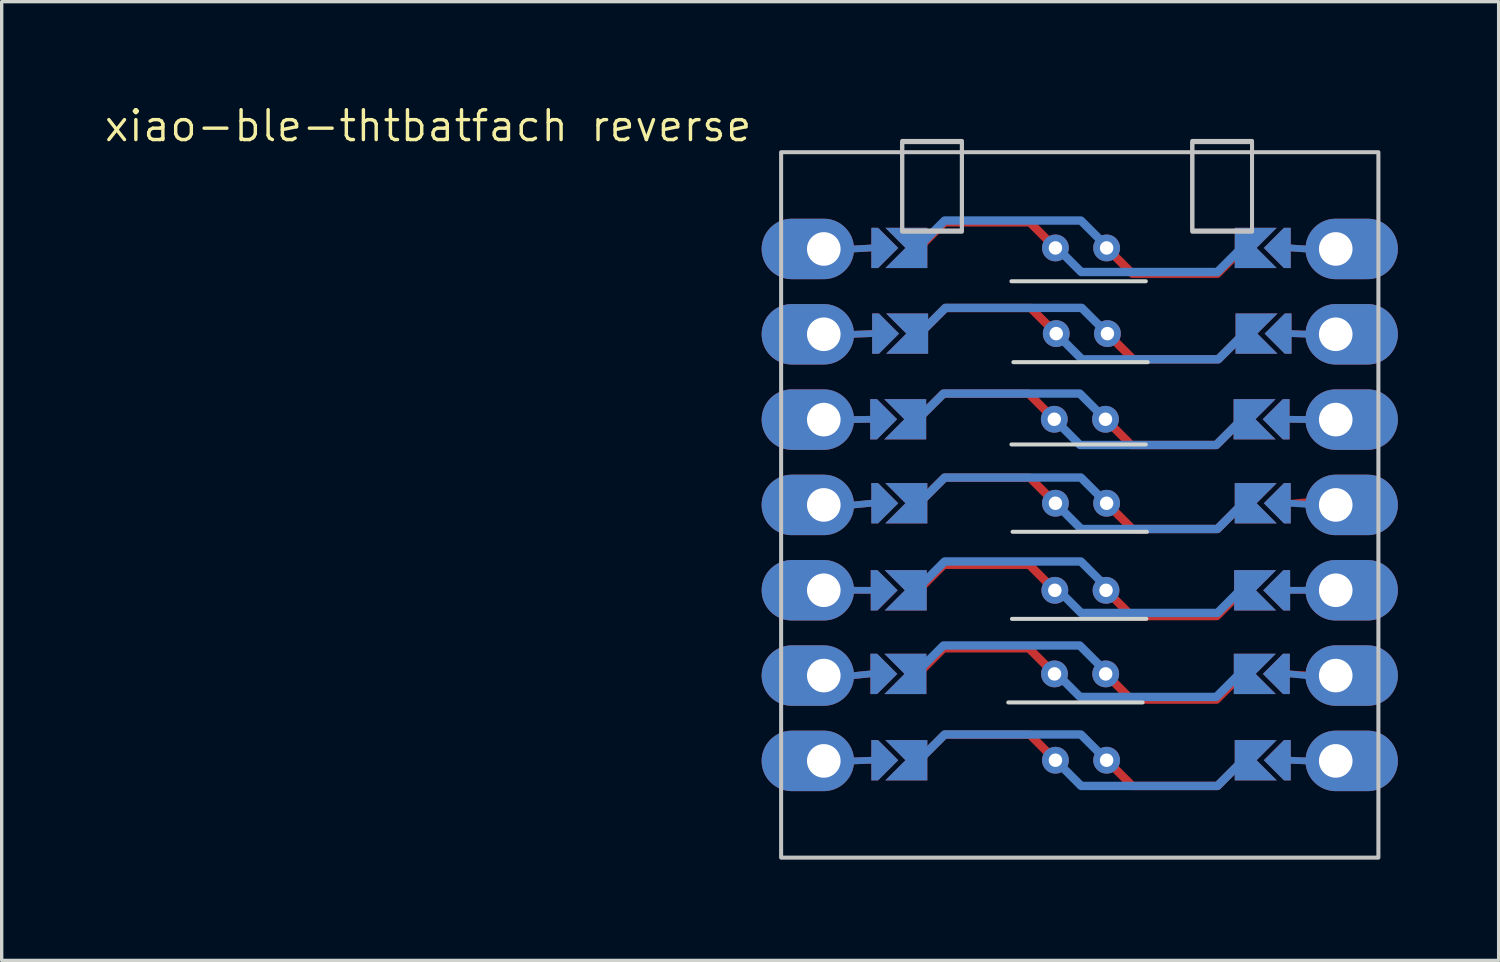
<source format=kicad_pcb>
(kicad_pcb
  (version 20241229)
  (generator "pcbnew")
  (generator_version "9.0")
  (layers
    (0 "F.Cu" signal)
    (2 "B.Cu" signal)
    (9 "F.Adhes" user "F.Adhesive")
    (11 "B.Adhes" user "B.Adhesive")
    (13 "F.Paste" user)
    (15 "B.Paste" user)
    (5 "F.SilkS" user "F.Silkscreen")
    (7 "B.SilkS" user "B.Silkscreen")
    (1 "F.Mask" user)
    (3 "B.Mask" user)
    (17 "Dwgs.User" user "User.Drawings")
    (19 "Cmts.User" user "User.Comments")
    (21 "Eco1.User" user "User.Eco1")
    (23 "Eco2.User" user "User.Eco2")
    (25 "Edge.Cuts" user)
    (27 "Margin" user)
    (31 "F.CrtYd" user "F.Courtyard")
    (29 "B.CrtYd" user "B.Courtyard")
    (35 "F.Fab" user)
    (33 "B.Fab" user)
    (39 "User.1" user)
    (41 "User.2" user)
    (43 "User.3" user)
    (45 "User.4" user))
  (footprint "xiao-ble-thtbatfach reverse"
    (layer "F.Cu")
    (at 29.093 11.981)
    (property "Reference" "xiao-ble-thtbatfach reverse" (at -19.399 -11.283 0) (layer "F.SilkS") (effects (font (size 0.889 0.889) (thickness 0.102))))
    (attr smd exclude_from_pos_files)
    (fp_line (start -6.238 -2.55) (end -6.8 -2.54) (stroke (width 0.2) (type solid)) (layer "F.Cu"))
    (fp_line (start -6.232 5.03) (end -6.72 5.08) (stroke (width 0.2) (type solid)) (layer "F.Cu"))
    (fp_line (start -6.222 2.542) (end -6.72 2.54) (stroke (width 0.2) (type solid)) (layer "F.Cu"))
    (fp_line (start -6.204 -7.65) (end -6.72 -7.62) (stroke (width 0.2) (type solid)) (layer "F.Cu"))
    (fp_line (start -6.204 -0.05) (end -6.72 0) (stroke (width 0.2) (type solid)) (layer "F.Cu"))
    (fp_line (start -6.204 7.6) (end -6.72 7.62) (stroke (width 0.2) (type solid)) (layer "F.Cu"))
    (fp_line (start -6.18 -5.1) (end -6.72 -5.08) (stroke (width 0.2) (type solid)) (layer "F.Cu"))
    (fp_line (start 6.246 -2.55) (end 6.72 -2.54) (stroke (width 0.2) (type solid)) (layer "F.Cu"))
    (fp_line (start 6.252 5.03) (end 7.1 5.08) (stroke (width 0.2) (type solid)) (layer "F.Cu"))
    (fp_line (start 6.262 2.542) (end 6.9 2.54) (stroke (width 0.2) (type solid)) (layer "F.Cu"))
    (fp_line (start 6.28 -7.65) (end 6.72 -7.62) (stroke (width 0.2) (type solid)) (layer "F.Cu"))
    (fp_line (start 6.28 -0.05) (end 6.8 -0.1) (stroke (width 0.2) (type solid)) (layer "F.Cu"))
    (fp_line (start 6.28 7.6) (end 6.72 7.62) (stroke (width 0.2) (type solid)) (layer "F.Cu"))
    (fp_line (start 6.304 -5.1) (end 6.9 -5.08) (stroke (width 0.2) (type solid)) (layer "F.Cu"))
    (fp_circle (center -0.758 -2.55) (end -0.758 -2.425) (stroke (width 0.25) (type solid)) (fill no) (layer "F.Mask"))
    (fp_circle (center -0.752 5.03) (end -0.752 5.155) (stroke (width 0.25) (type solid)) (fill no) (layer "F.Mask"))
    (fp_circle (center -0.742 2.542) (end -0.742 2.667) (stroke (width 0.25) (type solid)) (fill no) (layer "F.Mask"))
    (fp_circle (center -0.724 -7.65) (end -0.724 -7.525) (stroke (width 0.25) (type solid)) (fill no) (layer "F.Mask"))
    (fp_circle (center -0.724 -0.05) (end -0.724 0.075) (stroke (width 0.25) (type solid)) (fill no) (layer "F.Mask"))
    (fp_circle (center -0.724 7.6) (end -0.724 7.725) (stroke (width 0.25) (type solid)) (fill no) (layer "F.Mask"))
    (fp_circle (center -0.7 -5.1) (end -0.7 -4.975) (stroke (width 0.25) (type solid)) (fill no) (layer "F.Mask"))
    (fp_circle (center 0.766 -2.55) (end 0.766 -2.425) (stroke (width 0.25) (type solid)) (fill no) (layer "F.Mask"))
    (fp_circle (center 0.772 5.03) (end 0.772 5.155) (stroke (width 0.25) (type solid)) (fill no) (layer "F.Mask"))
    (fp_circle (center 0.782 2.542) (end 0.782 2.667) (stroke (width 0.25) (type solid)) (fill no) (layer "F.Mask"))
    (fp_circle (center 0.8 -7.65) (end 0.8 -7.525) (stroke (width 0.25) (type solid)) (fill no) (layer "F.Mask"))
    (fp_circle (center 0.8 -0.05) (end 0.8 0.075) (stroke (width 0.25) (type solid)) (fill no) (layer "F.Mask"))
    (fp_circle (center 0.8 7.6) (end 0.8 7.725) (stroke (width 0.25) (type solid)) (fill no) (layer "F.Mask"))
    (fp_circle (center 0.824 -5.1) (end 0.824 -4.975) (stroke (width 0.25) (type solid)) (fill no) (layer "F.Mask"))
    (fp_poly (pts (xy -5.076 -3.058) (xy -5.076 -2.042) (xy -6.092 -2.042) (xy -6.092 -3.058)) (stroke (width 0.1) (type solid)) (fill yes) (layer "F.Mask"))
    (fp_poly (pts (xy -5.07 4.522) (xy -5.07 5.538) (xy -6.086 5.538) (xy -6.086 4.522)) (stroke (width 0.1) (type solid)) (fill yes) (layer "F.Mask"))
    (fp_poly (pts (xy -5.06 2.034) (xy -5.06 3.05) (xy -6.076 3.05) (xy -6.076 2.034)) (stroke (width 0.1) (type solid)) (fill yes) (layer "F.Mask"))
    (fp_poly (pts (xy -5.042 -8.158) (xy -5.042 -7.142) (xy -6.058 -7.142) (xy -6.058 -8.158)) (stroke (width 0.1) (type solid)) (fill yes) (layer "F.Mask"))
    (fp_poly (pts (xy -5.042 -0.558) (xy -5.042 0.458) (xy -6.058 0.458) (xy -6.058 -0.558)) (stroke (width 0.1) (type solid)) (fill yes) (layer "F.Mask"))
    (fp_poly (pts (xy -5.042 7.092) (xy -5.042 8.108) (xy -6.058 8.108) (xy -6.058 7.092)) (stroke (width 0.1) (type solid)) (fill yes) (layer "F.Mask"))
    (fp_poly (pts (xy -5.018 -5.608) (xy -5.018 -4.592) (xy -6.034 -4.592) (xy -6.034 -5.608)) (stroke (width 0.1) (type solid)) (fill yes) (layer "F.Mask"))
    (fp_poly (pts (xy 5.084 -2.042) (xy 5.084 -3.058) (xy 6.1 -3.058) (xy 6.1 -2.042)) (stroke (width 0.1) (type solid)) (fill yes) (layer "F.Mask"))
    (fp_poly (pts (xy 5.09 5.538) (xy 5.09 4.522) (xy 6.106 4.522) (xy 6.106 5.538)) (stroke (width 0.1) (type solid)) (fill yes) (layer "F.Mask"))
    (fp_poly (pts (xy 5.1 3.05) (xy 5.1 2.034) (xy 6.116 2.034) (xy 6.116 3.05)) (stroke (width 0.1) (type solid)) (fill yes) (layer "F.Mask"))
    (fp_poly (pts (xy 5.118 -7.142) (xy 5.118 -8.158) (xy 6.134 -8.158) (xy 6.134 -7.142)) (stroke (width 0.1) (type solid)) (fill yes) (layer "F.Mask"))
    (fp_poly (pts (xy 5.118 0.458) (xy 5.118 -0.558) (xy 6.134 -0.558) (xy 6.134 0.458)) (stroke (width 0.1) (type solid)) (fill yes) (layer "F.Mask"))
    (fp_poly (pts (xy 5.118 8.108) (xy 5.118 7.092) (xy 6.134 7.092) (xy 6.134 8.108)) (stroke (width 0.1) (type solid)) (fill yes) (layer "F.Mask"))
    (fp_poly (pts (xy 5.142 -4.592) (xy 5.142 -5.608) (xy 6.158 -5.608) (xy 6.158 -4.592)) (stroke (width 0.1) (type solid)) (fill yes) (layer "F.Mask"))
    (fp_line (start -6.238 -2.55) (end -6.8 -2.54) (stroke (width 0.2) (type solid)) (layer "B.Cu"))
    (fp_line (start -6.232 5.03) (end -6.72 5.08) (stroke (width 0.2) (type solid)) (layer "B.Cu"))
    (fp_line (start -6.222 2.542) (end -6.72 2.54) (stroke (width 0.2) (type solid)) (layer "B.Cu"))
    (fp_line (start -6.204 -7.65) (end -6.72 -7.62) (stroke (width 0.2) (type solid)) (layer "B.Cu"))
    (fp_line (start -6.204 -0.05) (end -6.72 0) (stroke (width 0.2) (type solid)) (layer "B.Cu"))
    (fp_line (start -6.204 7.6) (end -6.72 7.62) (stroke (width 0.2) (type solid)) (layer "B.Cu"))
    (fp_line (start -6.18 -5.1) (end -6.72 -5.08) (stroke (width 0.2) (type solid)) (layer "B.Cu"))
    (fp_line (start 6.246 -2.55) (end 6.9 -2.54) (stroke (width 0.2) (type solid)) (layer "B.Cu"))
    (fp_line (start 6.252 5.03) (end 6.72 5.08) (stroke (width 0.2) (type solid)) (layer "B.Cu"))
    (fp_line (start 6.262 2.542) (end 6.72 2.54) (stroke (width 0.2) (type solid)) (layer "B.Cu"))
    (fp_line (start 6.28 -7.65) (end 6.72 -7.62) (stroke (width 0.2) (type solid)) (layer "B.Cu"))
    (fp_line (start 6.28 -0.05) (end 7 0) (stroke (width 0.2) (type solid)) (layer "B.Cu"))
    (fp_line (start 6.28 7.6) (end 6.72 7.62) (stroke (width 0.2) (type solid)) (layer "B.Cu"))
    (fp_line (start 6.304 -5.1) (end 6.8 -5.08) (stroke (width 0.2) (type solid)) (layer "B.Cu"))
    (fp_circle (center -0.758 -2.55) (end -0.758 -2.425) (stroke (width 0.25) (type solid)) (fill no) (layer "B.Mask"))
    (fp_circle (center -0.752 5.03) (end -0.752 5.155) (stroke (width 0.25) (type solid)) (fill no) (layer "B.Mask"))
    (fp_circle (center -0.742 2.542) (end -0.742 2.667) (stroke (width 0.25) (type solid)) (fill no) (layer "B.Mask"))
    (fp_circle (center -0.724 -7.65) (end -0.724 -7.525) (stroke (width 0.25) (type solid)) (fill no) (layer "B.Mask"))
    (fp_circle (center -0.724 -0.05) (end -0.724 0.075) (stroke (width 0.25) (type solid)) (fill no) (layer "B.Mask"))
    (fp_circle (center -0.724 7.6) (end -0.724 7.725) (stroke (width 0.25) (type solid)) (fill no) (layer "B.Mask"))
    (fp_circle (center -0.7 -5.1) (end -0.7 -4.975) (stroke (width 0.25) (type solid)) (fill no) (layer "B.Mask"))
    (fp_circle (center 0.766 -2.55) (end 0.766 -2.425) (stroke (width 0.25) (type solid)) (fill no) (layer "B.Mask"))
    (fp_circle (center 0.772 5.03) (end 0.772 5.155) (stroke (width 0.25) (type solid)) (fill no) (layer "B.Mask"))
    (fp_circle (center 0.782 2.542) (end 0.782 2.667) (stroke (width 0.25) (type solid)) (fill no) (layer "B.Mask"))
    (fp_circle (center 0.8 -7.65) (end 0.8 -7.525) (stroke (width 0.25) (type solid)) (fill no) (layer "B.Mask"))
    (fp_circle (center 0.8 -0.05) (end 0.8 0.075) (stroke (width 0.25) (type solid)) (fill no) (layer "B.Mask"))
    (fp_circle (center 0.8 7.6) (end 0.8 7.725) (stroke (width 0.25) (type solid)) (fill no) (layer "B.Mask"))
    (fp_circle (center 0.824 -5.1) (end 0.824 -4.975) (stroke (width 0.25) (type solid)) (fill no) (layer "B.Mask"))
    (fp_poly (pts (xy -5.076 -3.058) (xy -5.076 -2.042) (xy -6.092 -2.042) (xy -6.092 -3.058)) (stroke (width 0.1) (type solid)) (fill yes) (layer "B.Mask"))
    (fp_poly (pts (xy -5.07 4.522) (xy -5.07 5.538) (xy -6.086 5.538) (xy -6.086 4.522)) (stroke (width 0.1) (type solid)) (fill yes) (layer "B.Mask"))
    (fp_poly (pts (xy -5.06 2.034) (xy -5.06 3.05) (xy -6.076 3.05) (xy -6.076 2.034)) (stroke (width 0.1) (type solid)) (fill yes) (layer "B.Mask"))
    (fp_poly (pts (xy -5.042 -8.158) (xy -5.042 -7.142) (xy -6.058 -7.142) (xy -6.058 -8.158)) (stroke (width 0.1) (type solid)) (fill yes) (layer "B.Mask"))
    (fp_poly (pts (xy -5.042 -0.558) (xy -5.042 0.458) (xy -6.058 0.458) (xy -6.058 -0.558)) (stroke (width 0.1) (type solid)) (fill yes) (layer "B.Mask"))
    (fp_poly (pts (xy -5.042 7.092) (xy -5.042 8.108) (xy -6.058 8.108) (xy -6.058 7.092)) (stroke (width 0.1) (type solid)) (fill yes) (layer "B.Mask"))
    (fp_poly (pts (xy -5.018 -5.608) (xy -5.018 -4.592) (xy -6.034 -4.592) (xy -6.034 -5.608)) (stroke (width 0.1) (type solid)) (fill yes) (layer "B.Mask"))
    (fp_poly (pts (xy 5.084 -2.042) (xy 5.084 -3.058) (xy 6.1 -3.058) (xy 6.1 -2.042)) (stroke (width 0.1) (type solid)) (fill yes) (layer "B.Mask"))
    (fp_poly (pts (xy 5.09 5.538) (xy 5.09 4.522) (xy 6.106 4.522) (xy 6.106 5.538)) (stroke (width 0.1) (type solid)) (fill yes) (layer "B.Mask"))
    (fp_poly (pts (xy 5.1 3.05) (xy 5.1 2.034) (xy 6.116 2.034) (xy 6.116 3.05)) (stroke (width 0.1) (type solid)) (fill yes) (layer "B.Mask"))
    (fp_poly (pts (xy 5.118 -7.142) (xy 5.118 -8.158) (xy 6.134 -8.158) (xy 6.134 -7.142)) (stroke (width 0.1) (type solid)) (fill yes) (layer "B.Mask"))
    (fp_poly (pts (xy 5.118 0.458) (xy 5.118 -0.558) (xy 6.134 -0.558) (xy 6.134 0.458)) (stroke (width 0.1) (type solid)) (fill yes) (layer "B.Mask"))
    (fp_poly (pts (xy 5.118 8.108) (xy 5.118 7.092) (xy 6.134 7.092) (xy 6.134 8.108)) (stroke (width 0.1) (type solid)) (fill yes) (layer "B.Mask"))
    (fp_poly (pts (xy 5.142 -4.592) (xy 5.142 -5.608) (xy 6.158 -5.608) (xy 6.158 -4.592)) (stroke (width 0.1) (type solid)) (fill yes) (layer "B.Mask"))
    (fp_rect (start -8.89 10.5) (end 8.89 -10.5) (stroke (width 0.12) (type solid)) (fill no) (layer "Dwgs.User"))
    (fp_rect (start -5.286 -10.836) (end -3.508 -8.169) (stroke (width 0.12) (type solid)) (fill no) (layer "Dwgs.User"))
    (fp_rect (start -3.508 -8.133) (end -5.286 -10.8) (stroke (width 0.12) (type solid)) (fill no) (layer "Dwgs.User"))
    (fp_rect (start 3.35 -10.836) (end 5.128 -8.169) (stroke (width 0.12) (type solid)) (fill no) (layer "Dwgs.User"))
    (fp_rect (start 3.35 -10.8) (end 5.128 -8.133) (stroke (width 0.12) (type solid)) (fill no) (layer "Dwgs.User"))
    (fp_line (start 1.872 5.88) (end -2.128 5.88) (stroke (width 0.12) (type solid)) (layer "Edge.Cuts"))
    (fp_line (start 1.966 -6.658) (end -2.034 -6.658) (stroke (width 0.12) (type solid)) (layer "Edge.Cuts"))
    (fp_line (start 1.966 -1.8) (end -2.034 -1.8) (stroke (width 0.12) (type solid)) (layer "Edge.Cuts"))
    (fp_line (start 1.982 3.392) (end -2.018 3.392) (stroke (width 0.12) (type solid)) (layer "Edge.Cuts"))
    (fp_line (start 2 0.8) (end -2 0.8) (stroke (width 0.12) (type solid)) (layer "Edge.Cuts"))
    (fp_line (start 2.024 -4.25) (end -1.976 -4.25) (stroke (width 0.12) (type solid)) (layer "Edge.Cuts"))
    (pad "" thru_hole oval (at -7.62 -7.62) (size 2.75 1.8) (drill 1 (offset -0.475 0)) (layers "*.Cu" "*.Mask"))
    (pad "" thru_hole oval (at -7.62 -5.08) (size 2.75 1.8) (drill 1 (offset -0.475 0)) (layers "*.Cu" "*.Mask"))
    (pad "" thru_hole oval (at -7.62 -2.54) (size 2.75 1.8) (drill 1 (offset -0.475 0)) (layers "*.Cu" "*.Mask"))
    (pad "" thru_hole oval (at -7.62 0) (size 2.75 1.8) (drill 1 (offset -0.475 0)) (layers "*.Cu" "*.Mask"))
    (pad "" thru_hole oval (at -7.62 2.54) (size 2.75 1.8) (drill 1 (offset -0.475 0)) (layers "*.Cu" "*.Mask"))
    (pad "" thru_hole oval (at -7.62 5.08) (size 2.75 1.8) (drill 1 (offset -0.475 0)) (layers "*.Cu" "*.Mask"))
    (pad "" thru_hole oval (at -7.62 7.62) (size 2.75 1.8) (drill 1 (offset -0.475 0)) (layers "*.Cu" "*.Mask"))
    (pad "" smd custom (at -5.838 -2.55 90) (size 0.1 0.1) (layers "F.Cu" "F.Mask") (options (anchor rect)) (primitives (gr_poly (pts (xy 0.6 -0.4) (xy -0.6 -0.4) (xy -0.6 -0.2) (xy 0 0.4) (xy 0.6 -0.2)) (width 0) (fill yes))))
    (pad "" smd custom (at -5.838 -2.55 90) (size 0.1 0.1) (layers "B.Cu" "B.Mask") (options (anchor rect)) (primitives (gr_poly (pts (xy 0.6 -0.4) (xy -0.6 -0.4) (xy -0.6 -0.2) (xy 0 0.4) (xy 0.6 -0.2)) (width 0) (fill yes))))
    (pad "" smd custom (at -5.832 5.03 90) (size 0.1 0.1) (layers "F.Cu" "F.Mask") (options (anchor rect)) (primitives (gr_poly (pts (xy 0.6 -0.4) (xy -0.6 -0.4) (xy -0.6 -0.2) (xy 0 0.4) (xy 0.6 -0.2)) (width 0) (fill yes))))
    (pad "" smd custom (at -5.832 5.03 90) (size 0.1 0.1) (layers "B.Cu" "B.Mask") (options (anchor rect)) (primitives (gr_poly (pts (xy 0.6 -0.4) (xy -0.6 -0.4) (xy -0.6 -0.2) (xy 0 0.4) (xy 0.6 -0.2)) (width 0) (fill yes))))
    (pad "" smd custom (at -5.822 2.542 90) (size 0.1 0.1) (layers "F.Cu" "F.Mask") (options (anchor rect)) (primitives (gr_poly (pts (xy 0.6 -0.4) (xy -0.6 -0.4) (xy -0.6 -0.2) (xy 0 0.4) (xy 0.6 -0.2)) (width 0) (fill yes))))
    (pad "" smd custom (at -5.822 2.542 90) (size 0.1 0.1) (layers "B.Cu" "B.Mask") (options (anchor rect)) (primitives (gr_poly (pts (xy 0.6 -0.4) (xy -0.6 -0.4) (xy -0.6 -0.2) (xy 0 0.4) (xy 0.6 -0.2)) (width 0) (fill yes))))
    (pad "" smd custom (at -5.804 -7.65 90) (size 0.1 0.1) (layers "F.Cu" "F.Mask") (options (anchor rect)) (primitives (gr_poly (pts (xy 0.6 -0.4) (xy -0.6 -0.4) (xy -0.6 -0.2) (xy 0 0.4) (xy 0.6 -0.2)) (width 0) (fill yes))))
    (pad "" smd custom (at -5.804 -7.65 90) (size 0.1 0.1) (layers "B.Cu" "B.Mask") (options (anchor rect)) (primitives (gr_poly (pts (xy 0.6 -0.4) (xy -0.6 -0.4) (xy -0.6 -0.2) (xy 0 0.4) (xy 0.6 -0.2)) (width 0) (fill yes))))
    (pad "" smd custom (at -5.804 -0.05 90) (size 0.1 0.1) (layers "F.Cu" "F.Mask") (options (anchor rect)) (primitives (gr_poly (pts (xy 0.6 -0.4) (xy -0.6 -0.4) (xy -0.6 -0.2) (xy 0 0.4) (xy 0.6 -0.2)) (width 0) (fill yes))))
    (pad "" smd custom (at -5.804 -0.05 90) (size 0.1 0.1) (layers "B.Cu" "B.Mask") (options (anchor rect)) (primitives (gr_poly (pts (xy 0.6 -0.4) (xy -0.6 -0.4) (xy -0.6 -0.2) (xy 0 0.4) (xy 0.6 -0.2)) (width 0) (fill yes))))
    (pad "" smd custom (at -5.804 7.6 90) (size 0.1 0.1) (layers "F.Cu" "F.Mask") (options (anchor rect)) (primitives (gr_poly (pts (xy 0.6 -0.4) (xy -0.6 -0.4) (xy -0.6 -0.2) (xy 0 0.4) (xy 0.6 -0.2)) (width 0) (fill yes))))
    (pad "" smd custom (at -5.804 7.6 90) (size 0.1 0.1) (layers "B.Cu" "B.Mask") (options (anchor rect)) (primitives (gr_poly (pts (xy 0.6 -0.4) (xy -0.6 -0.4) (xy -0.6 -0.2) (xy 0 0.4) (xy 0.6 -0.2)) (width 0) (fill yes))))
    (pad "" smd custom (at -5.78 -5.1 90) (size 0.1 0.1) (layers "F.Cu" "F.Mask") (options (anchor rect)) (primitives (gr_poly (pts (xy 0.6 -0.4) (xy -0.6 -0.4) (xy -0.6 -0.2) (xy 0 0.4) (xy 0.6 -0.2)) (width 0) (fill yes))))
    (pad "" smd custom (at -5.78 -5.1 90) (size 0.1 0.1) (layers "B.Cu" "B.Mask") (options (anchor rect)) (primitives (gr_poly (pts (xy 0.6 -0.4) (xy -0.6 -0.4) (xy -0.6 -0.2) (xy 0 0.4) (xy 0.6 -0.2)) (width 0) (fill yes))))
    (pad "" smd custom (at 5.846 -2.55 270) (size 0.1 0.1) (layers "F.Cu" "F.Mask") (options (anchor rect)) (primitives (gr_poly (pts (xy 0.6 -0.4) (xy -0.6 -0.4) (xy -0.6 -0.2) (xy 0 0.4) (xy 0.6 -0.2)) (width 0) (fill yes))))
    (pad "" smd custom (at 5.846 -2.55 270) (size 0.1 0.1) (layers "B.Cu" "B.Mask") (options (anchor rect)) (primitives (gr_poly (pts (xy 0.6 -0.4) (xy -0.6 -0.4) (xy -0.6 -0.2) (xy 0 0.4) (xy 0.6 -0.2)) (width 0) (fill yes))))
    (pad "" smd custom (at 5.852 5.03 270) (size 0.1 0.1) (layers "F.Cu" "F.Mask") (options (anchor rect)) (primitives (gr_poly (pts (xy 0.6 -0.4) (xy -0.6 -0.4) (xy -0.6 -0.2) (xy 0 0.4) (xy 0.6 -0.2)) (width 0) (fill yes))))
    (pad "" smd custom (at 5.852 5.03 270) (size 0.1 0.1) (layers "B.Cu" "B.Mask") (options (anchor rect)) (primitives (gr_poly (pts (xy 0.6 -0.4) (xy -0.6 -0.4) (xy -0.6 -0.2) (xy 0 0.4) (xy 0.6 -0.2)) (width 0) (fill yes))))
    (pad "" smd custom (at 5.862 2.542 270) (size 0.1 0.1) (layers "F.Cu" "F.Mask") (options (anchor rect)) (primitives (gr_poly (pts (xy 0.6 -0.4) (xy -0.6 -0.4) (xy -0.6 -0.2) (xy 0 0.4) (xy 0.6 -0.2)) (width 0) (fill yes))))
    (pad "" smd custom (at 5.862 2.542 270) (size 0.1 0.1) (layers "B.Cu" "B.Mask") (options (anchor rect)) (primitives (gr_poly (pts (xy 0.6 -0.4) (xy -0.6 -0.4) (xy -0.6 -0.2) (xy 0 0.4) (xy 0.6 -0.2)) (width 0) (fill yes))))
    (pad "" smd custom (at 5.88 -7.65 270) (size 0.1 0.1) (layers "F.Cu" "F.Mask") (options (anchor rect)) (primitives (gr_poly (pts (xy 0.6 -0.4) (xy -0.6 -0.4) (xy -0.6 -0.2) (xy 0 0.4) (xy 0.6 -0.2)) (width 0) (fill yes))))
    (pad "" smd custom (at 5.88 -7.65 270) (size 0.1 0.1) (layers "B.Cu" "B.Mask") (options (anchor rect)) (primitives (gr_poly (pts (xy 0.6 -0.4) (xy -0.6 -0.4) (xy -0.6 -0.2) (xy 0 0.4) (xy 0.6 -0.2)) (width 0) (fill yes))))
    (pad "" smd custom (at 5.88 -0.05 270) (size 0.1 0.1) (layers "F.Cu" "F.Mask") (options (anchor rect)) (primitives (gr_poly (pts (xy 0.6 -0.4) (xy -0.6 -0.4) (xy -0.6 -0.2) (xy 0 0.4) (xy 0.6 -0.2)) (width 0) (fill yes))))
    (pad "" smd custom (at 5.88 -0.05 270) (size 0.1 0.1) (layers "B.Cu" "B.Mask") (options (anchor rect)) (primitives (gr_poly (pts (xy 0.6 -0.4) (xy -0.6 -0.4) (xy -0.6 -0.2) (xy 0 0.4) (xy 0.6 -0.2)) (width 0) (fill yes))))
    (pad "" smd custom (at 5.88 7.6 270) (size 0.1 0.1) (layers "F.Cu" "F.Mask") (options (anchor rect)) (primitives (gr_poly (pts (xy 0.6 -0.4) (xy -0.6 -0.4) (xy -0.6 -0.2) (xy 0 0.4) (xy 0.6 -0.2)) (width 0) (fill yes))))
    (pad "" smd custom (at 5.88 7.6 270) (size 0.1 0.1) (layers "B.Cu" "B.Mask") (options (anchor rect)) (primitives (gr_poly (pts (xy 0.6 -0.4) (xy -0.6 -0.4) (xy -0.6 -0.2) (xy 0 0.4) (xy 0.6 -0.2)) (width 0) (fill yes))))
    (pad "" smd custom (at 5.904 -5.1 270) (size 0.1 0.1) (layers "F.Cu" "F.Mask") (options (anchor rect)) (primitives (gr_poly (pts (xy 0.6 -0.4) (xy -0.6 -0.4) (xy -0.6 -0.2) (xy 0 0.4) (xy 0.6 -0.2)) (width 0) (fill yes))))
    (pad "" smd custom (at 5.904 -5.1 270) (size 0.1 0.1) (layers "B.Cu" "B.Mask") (options (anchor rect)) (primitives (gr_poly (pts (xy 0.6 -0.4) (xy -0.6 -0.4) (xy -0.6 -0.2) (xy 0 0.4) (xy 0.6 -0.2)) (width 0) (fill yes))))
    (pad "" thru_hole oval (at 7.62 -7.62 180) (size 2.75 1.8) (drill 1 (offset -0.475 0)) (layers "*.Cu" "*.Mask"))
    (pad "" thru_hole oval (at 7.62 -5.08 180) (size 2.75 1.8) (drill 1 (offset -0.475 0)) (layers "*.Cu" "*.Mask"))
    (pad "" thru_hole oval (at 7.62 -2.54 180) (size 2.75 1.8) (drill 1 (offset -0.475 0)) (layers "*.Cu" "*.Mask"))
    (pad "" thru_hole oval (at 7.62 0 180) (size 2.75 1.8) (drill 1 (offset -0.475 0)) (layers "*.Cu" "*.Mask"))
    (pad "" thru_hole oval (at 7.62 2.54 180) (size 2.75 1.8) (drill 1 (offset -0.475 0)) (layers "*.Cu" "*.Mask"))
    (pad "" thru_hole oval (at 7.62 5.08 180) (size 2.75 1.8) (drill 1 (offset -0.475 0)) (layers "*.Cu" "*.Mask"))
    (pad "" thru_hole oval (at 7.62 7.62 180) (size 2.75 1.8) (drill 1 (offset -0.475 0)) (layers "*.Cu" "*.Mask"))
    (pad "1" smd custom (at -4.788 -7.65 90) (size 1.2 0.5) (layers "F.Cu" "F.Mask") (options (anchor rect)) (primitives (gr_poly (pts (xy 0.6 0) (xy -0.6 0) (xy -0.6 -1) (xy 0 -0.4) (xy 0.6 -1)) (width 0) (fill yes))))
    (pad "1" smd custom (at -0.724 -7.7 90) (size 0.25 0.25) (layers "B.Cu") (options (anchor circle)) (primitives (gr_line (start 0 0) (end -0.766 0.766) (width 0.25)) (gr_line (start -0.766 0.766) (end -0.766 4.822) (width 0.25)) (gr_line (start -0.766 4.822) (end 0 5.588) (width 0.25))))
    (pad "1" smd custom (at -0.724 -7.65 90) (size 0.25 0.25) (layers "F.Cu") (options (anchor circle)) (primitives (gr_line (start 0 0) (end 0.762 -0.762) (width 0.25)) (gr_line (start 0.762 -0.762) (end 0.762 -3.302) (width 0.25)) (gr_line (start 0.762 -3.302) (end 0 -4.064) (width 0.25))))
    (pad "1" thru_hole circle (at -0.724 -7.65 90) (size 0.8 0.8) (drill 0.4) (layers "*.Cu"))
    (pad "1" smd custom (at 4.864 -7.65 270) (size 1.2 0.5) (layers "B.Cu" "B.Mask") (options (anchor rect)) (primitives (gr_poly (pts (xy 0.6 0) (xy -0.6 0) (xy -0.6 -1) (xy 0 -0.4) (xy 0.6 -1)) (width 0) (fill yes))))
    (pad "2" smd custom (at -4.764 -5.1 90) (size 1.2 0.5) (layers "F.Cu" "F.Mask") (options (anchor rect)) (primitives (gr_poly (pts (xy 0.6 0) (xy -0.6 0) (xy -0.6 -1) (xy 0 -0.4) (xy 0.6 -1)) (width 0) (fill yes))))
    (pad "2" smd custom (at -0.7 -5.1 90) (size 0.25 0.25) (layers "F.Cu") (options (anchor circle)) (primitives (gr_line (start 0 0) (end 0.762 -0.762) (width 0.25)) (gr_line (start 0.762 -0.762) (end 0.762 -3.302) (width 0.25)) (gr_line (start 0.762 -3.302) (end 0 -4.064) (width 0.25))))
    (pad "2" smd custom (at -0.7 -5.1 90) (size 0.25 0.25) (layers "B.Cu") (options (anchor circle)) (primitives (gr_line (start 0 0) (end -0.766 0.766) (width 0.25)) (gr_line (start -0.766 0.766) (end -0.766 4.822) (width 0.25)) (gr_line (start -0.766 4.822) (end 0 5.588) (width 0.25))))
    (pad "2" thru_hole circle (at -0.7 -5.1 90) (size 0.8 0.8) (drill 0.4) (layers "*.Cu"))
    (pad "2" smd custom (at 4.888 -5.1 270) (size 1.2 0.5) (layers "B.Cu" "B.Mask") (options (anchor rect)) (primitives (gr_poly (pts (xy 0.6 0) (xy -0.6 0) (xy -0.6 -1) (xy 0 -0.4) (xy 0.6 -1)) (width 0) (fill yes))))
    (pad "3" smd custom (at -4.822 -2.55 90) (size 1.2 0.5) (layers "F.Cu" "F.Mask") (options (anchor rect)) (primitives (gr_poly (pts (xy 0.6 0) (xy -0.6 0) (xy -0.6 -1) (xy 0 -0.4) (xy 0.6 -1)) (width 0) (fill yes))))
    (pad "3" smd custom (at -0.758 -2.55 90) (size 0.25 0.25) (layers "F.Cu") (options (anchor circle)) (primitives (gr_line (start 0 0) (end 0.762 -0.762) (width 0.25)) (gr_line (start 0.762 -0.762) (end 0.762 -3.302) (width 0.25)) (gr_line (start 0.762 -3.302) (end 0 -4.064) (width 0.25))))
    (pad "3" smd custom (at -0.758 -2.55 90) (size 0.25 0.25) (layers "B.Cu") (options (anchor circle)) (primitives (gr_line (start 0 0) (end -0.766 0.766) (width 0.25)) (gr_line (start -0.766 0.766) (end -0.766 4.822) (width 0.25)) (gr_line (start -0.766 4.822) (end 0 5.588) (width 0.25))))
    (pad "3" thru_hole circle (at -0.758 -2.55 90) (size 0.8 0.8) (drill 0.4) (layers "*.Cu"))
    (pad "3" smd custom (at 4.83 -2.55 270) (size 1.2 0.5) (layers "B.Cu" "B.Mask") (options (anchor rect)) (primitives (gr_poly (pts (xy 0.6 0) (xy -0.6 0) (xy -0.6 -1) (xy 0 -0.4) (xy 0.6 -1)) (width 0) (fill yes))))
    (pad "4" smd custom (at -4.788 -0.05 90) (size 1.2 0.5) (layers "F.Cu" "F.Mask") (options (anchor rect)) (primitives (gr_poly (pts (xy 0.6 0) (xy -0.6 0) (xy -0.6 -1) (xy 0 -0.4) (xy 0.6 -1)) (width 0) (fill yes))))
    (pad "4" smd custom (at -0.724 -0.05 90) (size 0.25 0.25) (layers "F.Cu") (options (anchor circle)) (primitives (gr_line (start 0 0) (end 0.762 -0.762) (width 0.25)) (gr_line (start 0.762 -0.762) (end 0.762 -3.302) (width 0.25)) (gr_line (start 0.762 -3.302) (end 0 -4.064) (width 0.25))))
    (pad "4" smd custom (at -0.724 -0.05 90) (size 0.25 0.25) (layers "B.Cu") (options (anchor circle)) (primitives (gr_line (start 0 0) (end -0.766 0.766) (width 0.25)) (gr_line (start -0.766 0.766) (end -0.766 4.822) (width 0.25)) (gr_line (start -0.766 4.822) (end 0 5.588) (width 0.25))))
    (pad "4" thru_hole circle (at -0.724 -0.05 90) (size 0.8 0.8) (drill 0.4) (layers "*.Cu"))
    (pad "4" smd custom (at 4.864 -0.05 270) (size 1.2 0.5) (layers "B.Cu" "B.Mask") (options (anchor rect)) (primitives (gr_poly (pts (xy 0.6 0) (xy -0.6 0) (xy -0.6 -1) (xy 0 -0.4) (xy 0.6 -1)) (width 0) (fill yes))))
    (pad "5" smd custom (at -4.806 2.542 90) (size 1.2 0.5) (layers "F.Cu" "F.Mask") (options (anchor rect)) (primitives (gr_poly (pts (xy 0.6 0) (xy -0.6 0) (xy -0.6 -1) (xy 0 -0.4) (xy 0.6 -1)) (width 0) (fill yes))))
    (pad "5" smd custom (at -0.742 2.542 90) (size 0.25 0.25) (layers "F.Cu") (options (anchor circle)) (primitives (gr_line (start 0 0) (end 0.762 -0.762) (width 0.25)) (gr_line (start 0.762 -0.762) (end 0.762 -3.302) (width 0.25)) (gr_line (start 0.762 -3.302) (end 0 -4.064) (width 0.25))))
    (pad "5" thru_hole circle (at -0.742 2.542 90) (size 0.8 0.8) (drill 0.4) (layers "*.Cu"))
    (pad "5" smd custom (at -0.724 2.45 90) (size 0.25 0.25) (layers "B.Cu") (options (anchor circle)) (primitives (gr_line (start 0 0) (end -0.766 0.766) (width 0.25)) (gr_line (start -0.766 0.766) (end -0.766 4.822) (width 0.25)) (gr_line (start -0.766 4.822) (end 0 5.588) (width 0.25))))
    (pad "5" smd custom (at 4.846 2.542 270) (size 1.2 0.5) (layers "B.Cu" "B.Mask") (options (anchor rect)) (primitives (gr_poly (pts (xy 0.6 0) (xy -0.6 0) (xy -0.6 -1) (xy 0 -0.4) (xy 0.6 -1)) (width 0) (fill yes))))
    (pad "6" smd custom (at -4.816 5.03 90) (size 1.2 0.5) (layers "F.Cu" "F.Mask") (options (anchor rect)) (primitives (gr_poly (pts (xy 0.6 0) (xy -0.6 0) (xy -0.6 -1) (xy 0 -0.4) (xy 0.6 -1)) (width 0) (fill yes))))
    (pad "6" smd custom (at -0.758 4.95 90) (size 0.25 0.25) (layers "B.Cu") (options (anchor circle)) (primitives (gr_line (start 0 0) (end -0.766 0.766) (width 0.25)) (gr_line (start -0.766 0.766) (end -0.766 4.822) (width 0.25)) (gr_line (start -0.766 4.822) (end 0 5.588) (width 0.25))))
    (pad "6" smd custom (at -0.752 5.03 90) (size 0.25 0.25) (layers "F.Cu") (options (anchor circle)) (primitives (gr_line (start 0 0) (end 0.762 -0.762) (width 0.25)) (gr_line (start 0.762 -0.762) (end 0.762 -3.302) (width 0.25)) (gr_line (start 0.762 -3.302) (end 0 -4.064) (width 0.25))))
    (pad "6" thru_hole circle (at -0.752 5.03 90) (size 0.8 0.8) (drill 0.4) (layers "*.Cu"))
    (pad "6" smd custom (at 4.836 5.03 270) (size 1.2 0.5) (layers "B.Cu" "B.Mask") (options (anchor rect)) (primitives (gr_poly (pts (xy 0.6 0) (xy -0.6 0) (xy -0.6 -1) (xy 0 -0.4) (xy 0.6 -1)) (width 0) (fill yes))))
    (pad "7" smd custom (at -4.788 7.6 90) (size 1.2 0.5) (layers "F.Cu" "F.Mask") (options (anchor rect)) (primitives (gr_poly (pts (xy 0.6 0) (xy -0.6 0) (xy -0.6 -1) (xy 0 -0.4) (xy 0.6 -1)) (width 0) (fill yes))))
    (pad "7" smd custom (at -0.724 7.6 90) (size 0.25 0.25) (layers "F.Cu") (options (anchor circle)) (primitives (gr_line (start 0 0) (end 0.762 -0.762) (width 0.25)) (gr_line (start 0.762 -0.762) (end 0.762 -3.302) (width 0.25)) (gr_line (start 0.762 -3.302) (end 0 -4.064) (width 0.25))))
    (pad "7" smd custom (at -0.724 7.6 90) (size 0.25 0.25) (layers "B.Cu") (options (anchor circle)) (primitives (gr_line (start 0 0) (end -0.766 0.766) (width 0.25)) (gr_line (start -0.766 0.766) (end -0.766 4.822) (width 0.25)) (gr_line (start -0.766 4.822) (end 0 5.588) (width 0.25))))
    (pad "7" thru_hole circle (at -0.724 7.6 90) (size 0.8 0.8) (drill 0.4) (layers "*.Cu"))
    (pad "7" smd custom (at 4.864 7.6 270) (size 1.2 0.5) (layers "B.Cu" "B.Mask") (options (anchor rect)) (primitives (gr_poly (pts (xy 0.6 0) (xy -0.6 0) (xy -0.6 -1) (xy 0 -0.4) (xy 0.6 -1)) (width 0) (fill yes))))
    (pad "8" smd custom (at -4.788 7.6 90) (size 1.2 0.5) (layers "B.Cu" "B.Mask") (options (anchor rect)) (primitives (gr_poly (pts (xy 0.6 0) (xy -0.6 0) (xy -0.6 -1) (xy 0 -0.4) (xy 0.6 -1)) (width 0) (fill yes))))
    (pad "8" smd custom (at 0.8 7.6 270) (size 0.25 0.25) (layers "F.Cu") (options (anchor circle)) (primitives (gr_line (start 0 0) (end 0.766 -0.766) (width 0.25)) (gr_line (start 0.766 -0.766) (end 0.766 -3.298) (width 0.25)) (gr_line (start 0.766 -3.298) (end 0 -4.064) (width 0.25))))
    (pad "8" smd custom (at 0.8 7.6 270) (size 0.25 0.25) (layers "B.Cu") (options (anchor circle)) (primitives (gr_line (start 0 0) (end -0.766 0.766) (width 0.25)) (gr_line (start -0.766 0.766) (end -0.766 4.822) (width 0.25)) (gr_line (start -0.766 4.822) (end 0 5.588) (width 0.25))))
    (pad "8" thru_hole circle (at 0.8 7.6 90) (size 0.8 0.8) (drill 0.4) (layers "*.Cu"))
    (pad "8" smd custom (at 4.864 7.6 270) (size 1.2 0.5) (layers "F.Cu" "F.Mask") (options (anchor rect)) (primitives (gr_poly (pts (xy 0.6 0) (xy -0.6 0) (xy -0.6 -1) (xy 0 -0.4) (xy 0.6 -1)) (width 0) (fill yes))))
    (pad "9" smd custom (at -4.816 5.03 90) (size 1.2 0.5) (layers "B.Cu" "B.Mask") (options (anchor rect)) (primitives (gr_poly (pts (xy 0.6 0) (xy -0.6 0) (xy -0.6 -1) (xy 0 -0.4) (xy 0.6 -1)) (width 0) (fill yes))))
    (pad "9" smd custom (at 0.766 4.95 270) (size 0.25 0.25) (layers "B.Cu") (options (anchor circle)) (primitives (gr_line (start 0 0) (end -0.766 0.766) (width 0.25)) (gr_line (start -0.766 0.766) (end -0.766 4.822) (width 0.25)) (gr_line (start -0.766 4.822) (end 0 5.588) (width 0.25))))
    (pad "9" smd custom (at 0.772 5.03 270) (size 0.25 0.25) (layers "F.Cu") (options (anchor circle)) (primitives (gr_line (start 0 0) (end 0.766 -0.766) (width 0.25)) (gr_line (start 0.766 -0.766) (end 0.766 -3.298) (width 0.25)) (gr_line (start 0.766 -3.298) (end 0 -4.064) (width 0.25))))
    (pad "9" thru_hole circle (at 0.772 5.03 90) (size 0.8 0.8) (drill 0.4) (layers "*.Cu"))
    (pad "9" smd custom (at 4.836 5.03 270) (size 1.2 0.5) (layers "F.Cu" "F.Mask") (options (anchor rect)) (primitives (gr_poly (pts (xy 0.6 0) (xy -0.6 0) (xy -0.6 -1) (xy 0 -0.4) (xy 0.6 -1)) (width 0) (fill yes))))
    (pad "10" smd custom (at -4.806 2.542 90) (size 1.2 0.5) (layers "B.Cu" "B.Mask") (options (anchor rect)) (primitives (gr_poly (pts (xy 0.6 0) (xy -0.6 0) (xy -0.6 -1) (xy 0 -0.4) (xy 0.6 -1)) (width 0) (fill yes))))
    (pad "10" smd custom (at 0.782 2.542 270) (size 0.25 0.25) (layers "F.Cu") (options (anchor circle)) (primitives (gr_line (start 0 0) (end 0.766 -0.766) (width 0.25)) (gr_line (start 0.766 -0.766) (end 0.766 -3.298) (width 0.25)) (gr_line (start 0.766 -3.298) (end 0 -4.064) (width 0.25))))
    (pad "10" thru_hole circle (at 0.782 2.542 90) (size 0.8 0.8) (drill 0.4) (layers "*.Cu"))
    (pad "10" smd custom (at 0.8 2.45 270) (size 0.25 0.25) (layers "B.Cu") (options (anchor circle)) (primitives (gr_line (start 0 0) (end -0.766 0.766) (width 0.25)) (gr_line (start -0.766 0.766) (end -0.766 4.822) (width 0.25)) (gr_line (start -0.766 4.822) (end 0 5.588) (width 0.25))))
    (pad "10" smd custom (at 4.846 2.542 270) (size 1.2 0.5) (layers "F.Cu" "F.Mask") (options (anchor rect)) (primitives (gr_poly (pts (xy 0.6 0) (xy -0.6 0) (xy -0.6 -1) (xy 0 -0.4) (xy 0.6 -1)) (width 0) (fill yes))))
    (pad "11" smd custom (at -4.788 -0.05 90) (size 1.2 0.5) (layers "B.Cu" "B.Mask") (options (anchor rect)) (primitives (gr_poly (pts (xy 0.6 0) (xy -0.6 0) (xy -0.6 -1) (xy 0 -0.4) (xy 0.6 -1)) (width 0) (fill yes))))
    (pad "11" smd custom (at 0.8 -0.05 270) (size 0.25 0.25) (layers "F.Cu") (options (anchor circle)) (primitives (gr_line (start 0 0) (end 0.766 -0.766) (width 0.25)) (gr_line (start 0.766 -0.766) (end 0.766 -3.298) (width 0.25)) (gr_line (start 0.766 -3.298) (end 0 -4.064) (width 0.25))))
    (pad "11" smd custom (at 0.8 -0.05 270) (size 0.25 0.25) (layers "B.Cu") (options (anchor circle)) (primitives (gr_line (start 0 0) (end -0.766 0.766) (width 0.25)) (gr_line (start -0.766 0.766) (end -0.766 4.822) (width 0.25)) (gr_line (start -0.766 4.822) (end 0 5.588) (width 0.25))))
    (pad "11" thru_hole circle (at 0.8 -0.05 90) (size 0.8 0.8) (drill 0.4) (layers "*.Cu"))
    (pad "11" smd custom (at 4.864 -0.05 270) (size 1.2 0.5) (layers "F.Cu" "F.Mask") (options (anchor rect)) (primitives (gr_poly (pts (xy 0.6 0) (xy -0.6 0) (xy -0.6 -1) (xy 0 -0.4) (xy 0.6 -1)) (width 0) (fill yes))))
    (pad "12" smd custom (at -4.822 -2.55 90) (size 1.2 0.5) (layers "B.Cu" "B.Mask") (options (anchor rect)) (primitives (gr_poly (pts (xy 0.6 0) (xy -0.6 0) (xy -0.6 -1) (xy 0 -0.4) (xy 0.6 -1)) (width 0) (fill yes))))
    (pad "12" smd custom (at 0.766 -2.55 270) (size 0.25 0.25) (layers "F.Cu") (options (anchor circle)) (primitives (gr_line (start 0 0) (end 0.766 -0.766) (width 0.25)) (gr_line (start 0.766 -0.766) (end 0.766 -3.298) (width 0.25)) (gr_line (start 0.766 -3.298) (end 0 -4.064) (width 0.25))))
    (pad "12" smd custom (at 0.766 -2.55 270) (size 0.25 0.25) (layers "B.Cu") (options (anchor circle)) (primitives (gr_line (start 0 0) (end -0.766 0.766) (width 0.25)) (gr_line (start -0.766 0.766) (end -0.766 4.822) (width 0.25)) (gr_line (start -0.766 4.822) (end 0 5.588) (width 0.25))))
    (pad "12" thru_hole circle (at 0.766 -2.55 90) (size 0.8 0.8) (drill 0.4) (layers "*.Cu"))
    (pad "12" smd custom (at 4.83 -2.55 270) (size 1.2 0.5) (layers "F.Cu" "F.Mask") (options (anchor rect)) (primitives (gr_poly (pts (xy 0.6 0) (xy -0.6 0) (xy -0.6 -1) (xy 0 -0.4) (xy 0.6 -1)) (width 0) (fill yes))))
    (pad "13" smd custom (at -4.764 -5.1 90) (size 1.2 0.5) (layers "B.Cu" "B.Mask") (options (anchor rect)) (primitives (gr_poly (pts (xy 0.6 0) (xy -0.6 0) (xy -0.6 -1) (xy 0 -0.4) (xy 0.6 -1)) (width 0) (fill yes))))
    (pad "13" smd custom (at 0.824 -5.1 270) (size 0.25 0.25) (layers "F.Cu") (options (anchor circle)) (primitives (gr_line (start 0 0) (end 0.766 -0.766) (width 0.25)) (gr_line (start 0.766 -0.766) (end 0.766 -3.298) (width 0.25)) (gr_line (start 0.766 -3.298) (end 0 -4.064) (width 0.25))))
    (pad "13" smd custom (at 0.824 -5.1 270) (size 0.25 0.25) (layers "B.Cu") (options (anchor circle)) (primitives (gr_line (start 0 0) (end -0.766 0.766) (width 0.25)) (gr_line (start -0.766 0.766) (end -0.766 4.822) (width 0.25)) (gr_line (start -0.766 4.822) (end 0 5.588) (width 0.25))))
    (pad "13" thru_hole circle (at 0.824 -5.1 90) (size 0.8 0.8) (drill 0.4) (layers "*.Cu"))
    (pad "13" smd custom (at 4.888 -5.1 270) (size 1.2 0.5) (layers "F.Cu" "F.Mask") (options (anchor rect)) (primitives (gr_poly (pts (xy 0.6 0) (xy -0.6 0) (xy -0.6 -1) (xy 0 -0.4) (xy 0.6 -1)) (width 0) (fill yes))))
    (pad "14" smd custom (at -4.788 -7.65 90) (size 1.2 0.5) (layers "B.Cu" "B.Mask") (options (anchor rect)) (primitives (gr_poly (pts (xy 0.6 0) (xy -0.6 0) (xy -0.6 -1) (xy 0 -0.4) (xy 0.6 -1)) (width 0) (fill yes))))
    (pad "14" smd custom (at 0.8 -7.7 270) (size 0.25 0.25) (layers "B.Cu") (options (anchor circle)) (primitives (gr_line (start 0 0) (end -0.766 0.766) (width 0.25)) (gr_line (start -0.766 0.766) (end -0.766 4.822) (width 0.25)) (gr_line (start -0.766 4.822) (end 0 5.588) (width 0.25))))
    (pad "14" smd custom (at 0.8 -7.65 270) (size 0.25 0.25) (layers "F.Cu") (options (anchor circle)) (primitives (gr_line (start 0 0) (end 0.766 -0.766) (width 0.25)) (gr_line (start 0.766 -0.766) (end 0.766 -3.298) (width 0.25)) (gr_line (start 0.766 -3.298) (end 0 -4.064) (width 0.25))))
    (pad "14" thru_hole circle (at 0.8 -7.65 90) (size 0.8 0.8) (drill 0.4) (layers "*.Cu"))
    (pad "14" smd custom (at 4.864 -7.65 270) (size 1.2 0.5) (layers "F.Cu" "F.Mask") (options (anchor rect)) (primitives (gr_poly (pts (xy 0.6 0) (xy -0.6 0) (xy -0.6 -1) (xy 0 -0.4) (xy 0.6 -1)) (width 0) (fill yes)))))
  (gr_rect
    (start -3 -3)
    (end 41.563 25.541)
    (stroke (width 0.1) (type default))
    (fill no)
    (layer "Edge.Cuts")))
</source>
